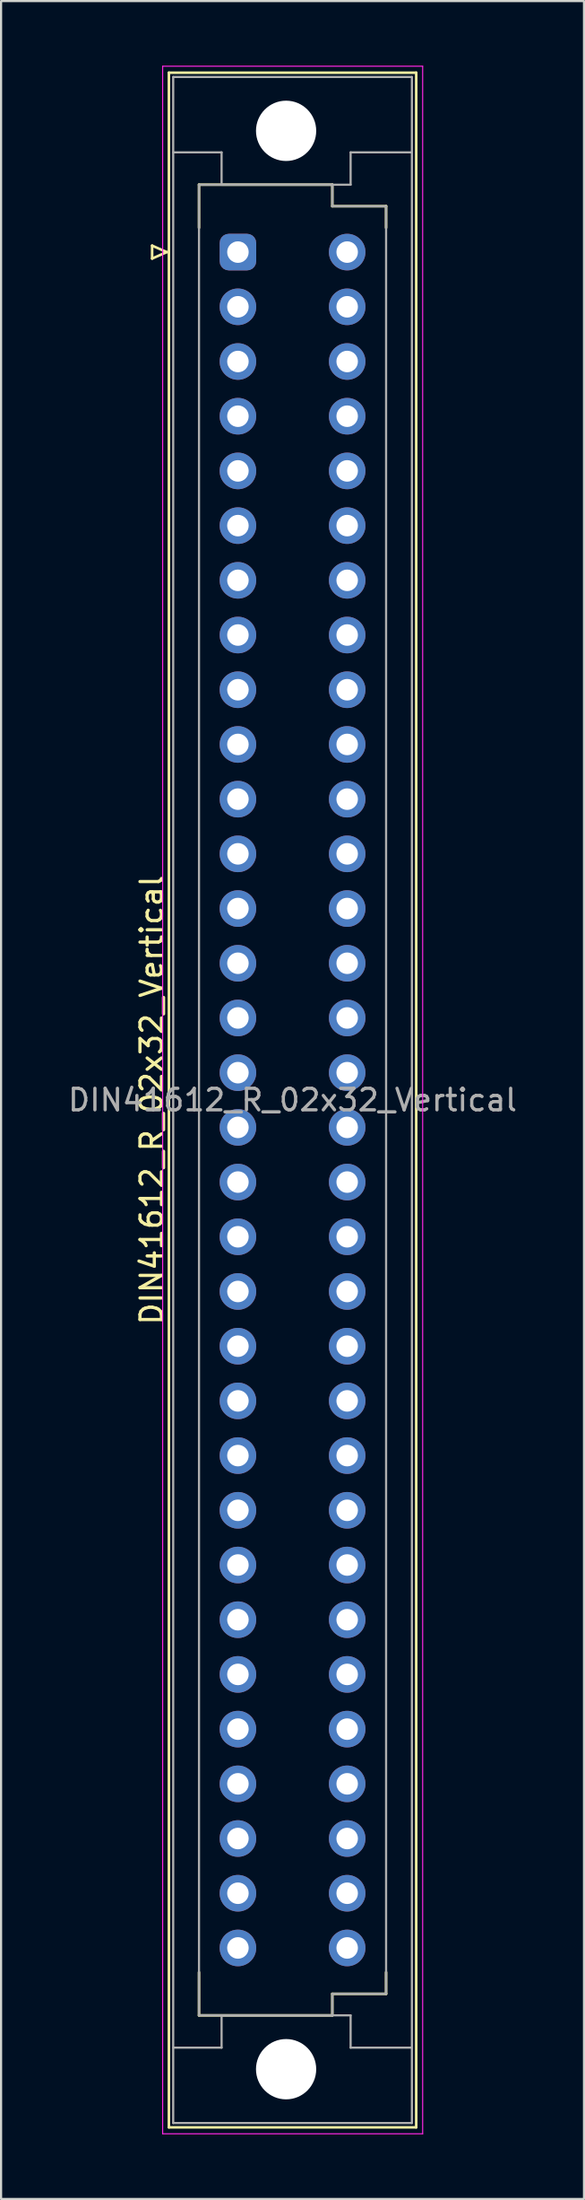
<source format=kicad_pcb>
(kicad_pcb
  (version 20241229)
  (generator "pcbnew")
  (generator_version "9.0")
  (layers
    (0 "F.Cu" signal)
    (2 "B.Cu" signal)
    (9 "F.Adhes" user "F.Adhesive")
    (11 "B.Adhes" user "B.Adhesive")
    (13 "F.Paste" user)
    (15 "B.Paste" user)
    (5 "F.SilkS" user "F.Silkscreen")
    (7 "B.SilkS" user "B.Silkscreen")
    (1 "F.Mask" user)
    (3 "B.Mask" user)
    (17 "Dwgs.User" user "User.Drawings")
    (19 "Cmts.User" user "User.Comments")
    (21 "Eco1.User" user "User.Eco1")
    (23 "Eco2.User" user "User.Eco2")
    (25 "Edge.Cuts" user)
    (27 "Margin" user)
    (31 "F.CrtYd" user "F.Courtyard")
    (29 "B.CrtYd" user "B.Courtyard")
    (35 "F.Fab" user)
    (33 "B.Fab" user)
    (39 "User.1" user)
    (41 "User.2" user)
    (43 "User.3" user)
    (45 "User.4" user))
  (footprint "DIN41612_R_02x32_Vertical"
    (layer "F.Cu")
    (at 8.014 8.655)
    (property "Reference" "DIN41612_R_02x32_Vertical" (at -4.01 39.37 90) (layer "F.SilkS") (effects (font (size 1 1) (thickness 0.15))))
    (attr through_hole)
    (fp_line (start -3.99 -0.3) (end -3.99 0.3) (stroke (width 0.12) (type solid)) (layer "F.SilkS"))
    (fp_line (start -3.99 0.3) (end -3.31 0) (stroke (width 0.12) (type solid)) (layer "F.SilkS"))
    (fp_line (start -3.31 0) (end -3.99 -0.3) (stroke (width 0.12) (type solid)) (layer "F.SilkS"))
    (fp_line (start -3.21 -8.33) (end 8.29 -8.33) (stroke (width 0.12) (type solid)) (layer "F.SilkS"))
    (fp_line (start -3.21 87.07) (end -3.21 -8.33) (stroke (width 0.12) (type solid)) (layer "F.SilkS"))
    (fp_line (start -1.81 -3.13) (end 4.39 -3.13) (stroke (width 0.12) (type solid)) (layer "F.SilkS"))
    (fp_line (start -1.81 -1.13) (end -1.81 -3.13) (stroke (width 0.12) (type solid)) (layer "F.SilkS"))
    (fp_line (start -1.81 79.87) (end -1.81 81.87) (stroke (width 0.12) (type solid)) (layer "F.SilkS"))
    (fp_line (start -1.81 81.87) (end 4.39 81.87) (stroke (width 0.12) (type solid)) (layer "F.SilkS"))
    (fp_line (start 4.39 -3.13) (end 4.39 -2.13) (stroke (width 0.12) (type solid)) (layer "F.SilkS"))
    (fp_line (start 4.39 -2.13) (end 6.89 -2.13) (stroke (width 0.12) (type solid)) (layer "F.SilkS"))
    (fp_line (start 4.39 80.87) (end 6.89 80.87) (stroke (width 0.12) (type solid)) (layer "F.SilkS"))
    (fp_line (start 4.39 81.87) (end 4.39 80.87) (stroke (width 0.12) (type solid)) (layer "F.SilkS"))
    (fp_line (start 6.89 -2.13) (end 6.89 -1.13) (stroke (width 0.12) (type solid)) (layer "F.SilkS"))
    (fp_line (start 6.89 80.87) (end 6.89 79.87) (stroke (width 0.12) (type solid)) (layer "F.SilkS"))
    (fp_line (start 8.29 -8.33) (end 8.29 87.07) (stroke (width 0.12) (type solid)) (layer "F.SilkS"))
    (fp_line (start 8.29 87.07) (end -3.21 87.07) (stroke (width 0.12) (type solid)) (layer "F.SilkS"))
    (fp_line (start -3.5 -8.63) (end 8.59 -8.63) (stroke (width 0.05) (type solid)) (layer "F.CrtYd"))
    (fp_line (start -3.5 87.37) (end -3.5 -8.63) (stroke (width 0.05) (type solid)) (layer "F.CrtYd"))
    (fp_line (start 8.59 -8.63) (end 8.59 87.37) (stroke (width 0.05) (type solid)) (layer "F.CrtYd"))
    (fp_line (start 8.59 87.37) (end -3.5 87.37) (stroke (width 0.05) (type solid)) (layer "F.CrtYd"))
    (fp_line (start -3.01 -8.13) (end 8.09 -8.13) (stroke (width 0.1) (type solid)) (layer "F.Fab"))
    (fp_line (start -3.01 -4.63) (end -0.76 -4.63) (stroke (width 0.1) (type solid)) (layer "F.Fab"))
    (fp_line (start -3.01 83.37) (end -0.76 83.37) (stroke (width 0.1) (type solid)) (layer "F.Fab"))
    (fp_line (start -3.01 86.87) (end -3.01 -8.13) (stroke (width 0.1) (type solid)) (layer "F.Fab"))
    (fp_line (start -1.81 -3.13) (end 4.39 -3.13) (stroke (width 0.1) (type solid)) (layer "F.Fab"))
    (fp_line (start -1.81 81.87) (end -1.81 -3.13) (stroke (width 0.1) (type solid)) (layer "F.Fab"))
    (fp_line (start -0.76 -4.63) (end -0.76 -3.13) (stroke (width 0.1) (type solid)) (layer "F.Fab"))
    (fp_line (start -0.76 -3.13) (end 5.24 -3.13) (stroke (width 0.1) (type solid)) (layer "F.Fab"))
    (fp_line (start -0.76 81.87) (end 5.24 81.87) (stroke (width 0.1) (type solid)) (layer "F.Fab"))
    (fp_line (start -0.76 83.37) (end -0.76 81.87) (stroke (width 0.1) (type solid)) (layer "F.Fab"))
    (fp_line (start 4.39 -3.13) (end 4.39 -2.13) (stroke (width 0.1) (type solid)) (layer "F.Fab"))
    (fp_line (start 4.39 -2.13) (end 6.89 -2.13) (stroke (width 0.1) (type solid)) (layer "F.Fab"))
    (fp_line (start 4.39 80.87) (end 4.39 81.87) (stroke (width 0.1) (type solid)) (layer "F.Fab"))
    (fp_line (start 4.39 81.87) (end -1.81 81.87) (stroke (width 0.1) (type solid)) (layer "F.Fab"))
    (fp_line (start 5.24 -4.63) (end 8.09 -4.63) (stroke (width 0.1) (type solid)) (layer "F.Fab"))
    (fp_line (start 5.24 -3.13) (end 5.24 -4.63) (stroke (width 0.1) (type solid)) (layer "F.Fab"))
    (fp_line (start 5.24 81.87) (end 5.24 83.37) (stroke (width 0.1) (type solid)) (layer "F.Fab"))
    (fp_line (start 5.24 83.37) (end 8.09 83.37) (stroke (width 0.1) (type solid)) (layer "F.Fab"))
    (fp_line (start 6.89 -2.13) (end 6.89 80.87) (stroke (width 0.1) (type solid)) (layer "F.Fab"))
    (fp_line (start 6.89 80.87) (end 4.39 80.87) (stroke (width 0.1) (type solid)) (layer "F.Fab"))
    (fp_line (start 8.09 -8.13) (end 8.09 86.87) (stroke (width 0.1) (type solid)) (layer "F.Fab"))
    (fp_line (start 8.09 86.87) (end -3.01 86.87) (stroke (width 0.1) (type solid)) (layer "F.Fab"))
    (fp_text user "${REFERENCE}" (at 2.54 39.37 0) (layer "F.Fab") (effects (font (size 1 1) (thickness 0.15))))
    (pad "" np_thru_hole circle (at 2.24 -5.63) (size 2.8 2.8) (drill 2.8) (layers "*.Cu" "*.Mask"))
    (pad "" np_thru_hole circle (at 2.24 84.37) (size 2.8 2.8) (drill 2.8) (layers "*.Cu" "*.Mask"))
    (pad "a1" thru_hole roundrect (at 0 0) (size 1.7 1.7) (drill 1) (layers "*.Cu" "*.Mask") (roundrect_rratio 0.25))
    (pad "a2" thru_hole circle (at 0 2.54) (size 1.7 1.7) (drill 1) (layers "*.Cu" "*.Mask"))
    (pad "a3" thru_hole circle (at 0 5.08) (size 1.7 1.7) (drill 1) (layers "*.Cu" "*.Mask"))
    (pad "a4" thru_hole circle (at 0 7.62) (size 1.7 1.7) (drill 1) (layers "*.Cu" "*.Mask"))
    (pad "a5" thru_hole circle (at 0 10.16) (size 1.7 1.7) (drill 1) (layers "*.Cu" "*.Mask"))
    (pad "a6" thru_hole circle (at 0 12.7) (size 1.7 1.7) (drill 1) (layers "*.Cu" "*.Mask"))
    (pad "a7" thru_hole circle (at 0 15.24) (size 1.7 1.7) (drill 1) (layers "*.Cu" "*.Mask"))
    (pad "a8" thru_hole circle (at 0 17.78) (size 1.7 1.7) (drill 1) (layers "*.Cu" "*.Mask"))
    (pad "a9" thru_hole circle (at 0 20.32) (size 1.7 1.7) (drill 1) (layers "*.Cu" "*.Mask"))
    (pad "a10" thru_hole circle (at 0 22.86) (size 1.7 1.7) (drill 1) (layers "*.Cu" "*.Mask"))
    (pad "a11" thru_hole circle (at 0 25.4) (size 1.7 1.7) (drill 1) (layers "*.Cu" "*.Mask"))
    (pad "a12" thru_hole circle (at 0 27.94) (size 1.7 1.7) (drill 1) (layers "*.Cu" "*.Mask"))
    (pad "a13" thru_hole circle (at 0 30.48) (size 1.7 1.7) (drill 1) (layers "*.Cu" "*.Mask"))
    (pad "a14" thru_hole circle (at 0 33.02) (size 1.7 1.7) (drill 1) (layers "*.Cu" "*.Mask"))
    (pad "a15" thru_hole circle (at 0 35.56) (size 1.7 1.7) (drill 1) (layers "*.Cu" "*.Mask"))
    (pad "a16" thru_hole circle (at 0 38.1) (size 1.7 1.7) (drill 1) (layers "*.Cu" "*.Mask"))
    (pad "a17" thru_hole circle (at 0 40.64) (size 1.7 1.7) (drill 1) (layers "*.Cu" "*.Mask"))
    (pad "a18" thru_hole circle (at 0 43.18) (size 1.7 1.7) (drill 1) (layers "*.Cu" "*.Mask"))
    (pad "a19" thru_hole circle (at 0 45.72) (size 1.7 1.7) (drill 1) (layers "*.Cu" "*.Mask"))
    (pad "a20" thru_hole circle (at 0 48.26) (size 1.7 1.7) (drill 1) (layers "*.Cu" "*.Mask"))
    (pad "a21" thru_hole circle (at 0 50.8) (size 1.7 1.7) (drill 1) (layers "*.Cu" "*.Mask"))
    (pad "a22" thru_hole circle (at 0 53.34) (size 1.7 1.7) (drill 1) (layers "*.Cu" "*.Mask"))
    (pad "a23" thru_hole circle (at 0 55.88) (size 1.7 1.7) (drill 1) (layers "*.Cu" "*.Mask"))
    (pad "a24" thru_hole circle (at 0 58.42) (size 1.7 1.7) (drill 1) (layers "*.Cu" "*.Mask"))
    (pad "a25" thru_hole circle (at 0 60.96) (size 1.7 1.7) (drill 1) (layers "*.Cu" "*.Mask"))
    (pad "a26" thru_hole circle (at 0 63.5) (size 1.7 1.7) (drill 1) (layers "*.Cu" "*.Mask"))
    (pad "a27" thru_hole circle (at 0 66.04) (size 1.7 1.7) (drill 1) (layers "*.Cu" "*.Mask"))
    (pad "a28" thru_hole circle (at 0 68.58) (size 1.7 1.7) (drill 1) (layers "*.Cu" "*.Mask"))
    (pad "a29" thru_hole circle (at 0 71.12) (size 1.7 1.7) (drill 1) (layers "*.Cu" "*.Mask"))
    (pad "a30" thru_hole circle (at 0 73.66) (size 1.7 1.7) (drill 1) (layers "*.Cu" "*.Mask"))
    (pad "a31" thru_hole circle (at 0 76.2) (size 1.7 1.7) (drill 1) (layers "*.Cu" "*.Mask"))
    (pad "a32" thru_hole circle (at 0 78.74) (size 1.7 1.7) (drill 1) (layers "*.Cu" "*.Mask"))
    (pad "c1" thru_hole circle (at 5.08 0) (size 1.7 1.7) (drill 1) (layers "*.Cu" "*.Mask"))
    (pad "c2" thru_hole circle (at 5.08 2.54) (size 1.7 1.7) (drill 1) (layers "*.Cu" "*.Mask"))
    (pad "c3" thru_hole circle (at 5.08 5.08) (size 1.7 1.7) (drill 1) (layers "*.Cu" "*.Mask"))
    (pad "c4" thru_hole circle (at 5.08 7.62) (size 1.7 1.7) (drill 1) (layers "*.Cu" "*.Mask"))
    (pad "c5" thru_hole circle (at 5.08 10.16) (size 1.7 1.7) (drill 1) (layers "*.Cu" "*.Mask"))
    (pad "c6" thru_hole circle (at 5.08 12.7) (size 1.7 1.7) (drill 1) (layers "*.Cu" "*.Mask"))
    (pad "c7" thru_hole circle (at 5.08 15.24) (size 1.7 1.7) (drill 1) (layers "*.Cu" "*.Mask"))
    (pad "c8" thru_hole circle (at 5.08 17.78) (size 1.7 1.7) (drill 1) (layers "*.Cu" "*.Mask"))
    (pad "c9" thru_hole circle (at 5.08 20.32) (size 1.7 1.7) (drill 1) (layers "*.Cu" "*.Mask"))
    (pad "c10" thru_hole circle (at 5.08 22.86) (size 1.7 1.7) (drill 1) (layers "*.Cu" "*.Mask"))
    (pad "c11" thru_hole circle (at 5.08 25.4) (size 1.7 1.7) (drill 1) (layers "*.Cu" "*.Mask"))
    (pad "c12" thru_hole circle (at 5.08 27.94) (size 1.7 1.7) (drill 1) (layers "*.Cu" "*.Mask"))
    (pad "c13" thru_hole circle (at 5.08 30.48) (size 1.7 1.7) (drill 1) (layers "*.Cu" "*.Mask"))
    (pad "c14" thru_hole circle (at 5.08 33.02) (size 1.7 1.7) (drill 1) (layers "*.Cu" "*.Mask"))
    (pad "c15" thru_hole circle (at 5.08 35.56) (size 1.7 1.7) (drill 1) (layers "*.Cu" "*.Mask"))
    (pad "c16" thru_hole circle (at 5.08 38.1) (size 1.7 1.7) (drill 1) (layers "*.Cu" "*.Mask"))
    (pad "c17" thru_hole circle (at 5.08 40.64) (size 1.7 1.7) (drill 1) (layers "*.Cu" "*.Mask"))
    (pad "c18" thru_hole circle (at 5.08 43.18) (size 1.7 1.7) (drill 1) (layers "*.Cu" "*.Mask"))
    (pad "c19" thru_hole circle (at 5.08 45.72) (size 1.7 1.7) (drill 1) (layers "*.Cu" "*.Mask"))
    (pad "c20" thru_hole circle (at 5.08 48.26) (size 1.7 1.7) (drill 1) (layers "*.Cu" "*.Mask"))
    (pad "c21" thru_hole circle (at 5.08 50.8) (size 1.7 1.7) (drill 1) (layers "*.Cu" "*.Mask"))
    (pad "c22" thru_hole circle (at 5.08 53.34) (size 1.7 1.7) (drill 1) (layers "*.Cu" "*.Mask"))
    (pad "c23" thru_hole circle (at 5.08 55.88) (size 1.7 1.7) (drill 1) (layers "*.Cu" "*.Mask"))
    (pad "c24" thru_hole circle (at 5.08 58.42) (size 1.7 1.7) (drill 1) (layers "*.Cu" "*.Mask"))
    (pad "c25" thru_hole circle (at 5.08 60.96) (size 1.7 1.7) (drill 1) (layers "*.Cu" "*.Mask"))
    (pad "c26" thru_hole circle (at 5.08 63.5) (size 1.7 1.7) (drill 1) (layers "*.Cu" "*.Mask"))
    (pad "c27" thru_hole circle (at 5.08 66.04) (size 1.7 1.7) (drill 1) (layers "*.Cu" "*.Mask"))
    (pad "c28" thru_hole circle (at 5.08 68.58) (size 1.7 1.7) (drill 1) (layers "*.Cu" "*.Mask"))
    (pad "c29" thru_hole circle (at 5.08 71.12) (size 1.7 1.7) (drill 1) (layers "*.Cu" "*.Mask"))
    (pad "c30" thru_hole circle (at 5.08 73.66) (size 1.7 1.7) (drill 1) (layers "*.Cu" "*.Mask"))
    (pad "c31" thru_hole circle (at 5.08 76.2) (size 1.7 1.7) (drill 1) (layers "*.Cu" "*.Mask"))
    (pad "c32" thru_hole circle (at 5.08 78.74) (size 1.7 1.7) (drill 1) (layers "*.Cu" "*.Mask")))
  (gr_rect
    (start -3 -3)
    (end 24.107 99.05)
    (stroke (width 0.1) (type default))
    (fill no)
    (layer "Edge.Cuts")))
</source>
